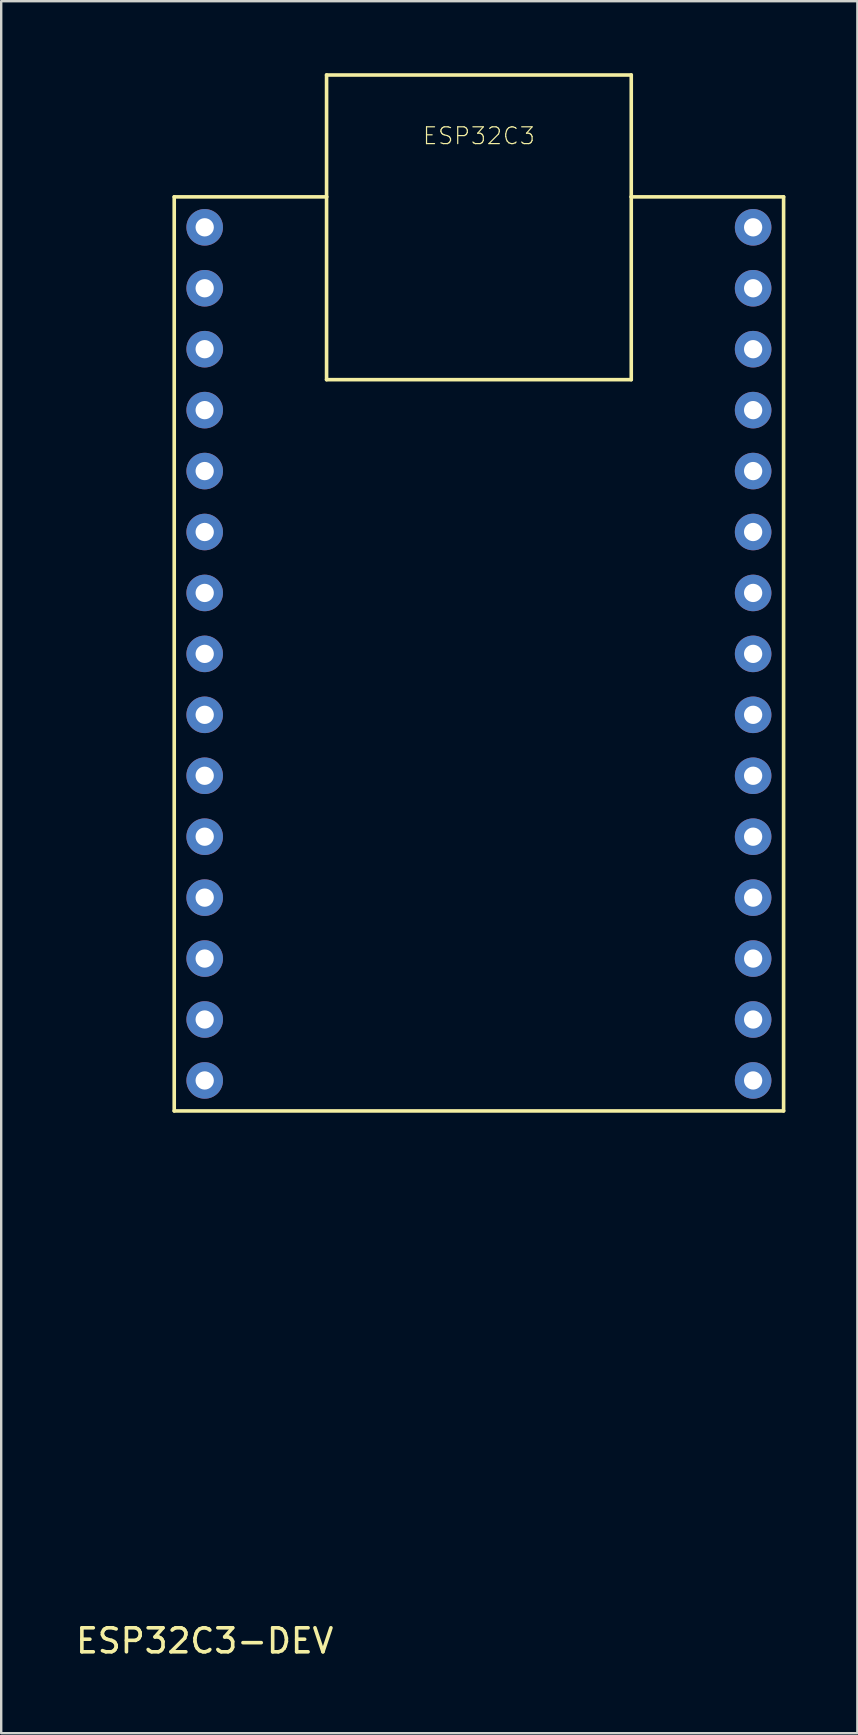
<source format=kicad_pcb>
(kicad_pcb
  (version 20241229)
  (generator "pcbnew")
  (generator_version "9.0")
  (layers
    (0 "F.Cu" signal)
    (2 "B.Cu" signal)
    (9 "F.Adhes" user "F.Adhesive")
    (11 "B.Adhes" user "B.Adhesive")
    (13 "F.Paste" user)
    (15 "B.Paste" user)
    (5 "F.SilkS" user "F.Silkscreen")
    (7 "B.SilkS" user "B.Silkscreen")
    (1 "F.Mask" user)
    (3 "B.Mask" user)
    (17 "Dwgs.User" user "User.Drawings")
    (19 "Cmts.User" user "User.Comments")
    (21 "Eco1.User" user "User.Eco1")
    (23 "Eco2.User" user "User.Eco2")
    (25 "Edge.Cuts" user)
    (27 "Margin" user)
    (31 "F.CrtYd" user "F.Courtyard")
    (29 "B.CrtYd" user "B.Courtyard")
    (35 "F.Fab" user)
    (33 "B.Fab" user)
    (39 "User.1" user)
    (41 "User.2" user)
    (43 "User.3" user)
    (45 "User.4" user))
  (footprint "ESP32C3-DEV"
    (layer "F.Cu")
    (at 5.482 64.845)
    (property "Reference" "ESP32C3-DEV" (at 0 0.5 0) (layer "F.SilkS") (effects (font (size 1 1) (thickness 0.15))))
    (attr through_hole)
    (fp_line (start -1.27 -59.69) (end -1.27 -21.59) (stroke (width 0.15) (type solid)) (layer "F.SilkS"))
    (fp_line (start -1.27 -59.69) (end 5.08 -59.69) (stroke (width 0.15) (type solid)) (layer "F.SilkS"))
    (fp_line (start -1.27 -21.59) (end 24.13 -21.59) (stroke (width 0.15) (type solid)) (layer "F.SilkS"))
    (fp_line (start 5.08 -64.77) (end 17.78 -64.77) (stroke (width 0.15) (type solid)) (layer "F.SilkS"))
    (fp_line (start 5.08 -59.69) (end 5.08 -64.77) (stroke (width 0.15) (type solid)) (layer "F.SilkS"))
    (fp_line (start 5.08 -59.69) (end 5.08 -52.07) (stroke (width 0.15) (type solid)) (layer "F.SilkS"))
    (fp_line (start 5.08 -52.07) (end 17.78 -52.07) (stroke (width 0.15) (type solid)) (layer "F.SilkS"))
    (fp_line (start 17.78 -59.69) (end 17.78 -64.77) (stroke (width 0.15) (type solid)) (layer "F.SilkS"))
    (fp_line (start 17.78 -52.07) (end 17.78 -59.69) (stroke (width 0.15) (type solid)) (layer "F.SilkS"))
    (fp_line (start 24.13 -59.69) (end 17.78 -59.69) (stroke (width 0.15) (type solid)) (layer "F.SilkS"))
    (fp_line (start 24.13 -21.59) (end 24.13 -59.69) (stroke (width 0.15) (type solid)) (layer "F.SilkS"))
    (fp_text user "ESP32C3" (at 11.43 -62.23 0) (layer "F.SilkS") (effects (font (size 0.7 0.7) (thickness 0.05))))
    (pad "1" thru_hole circle (at 0 -58.42) (size 1.524 1.524) (drill 0.762) (layers "*.Cu" "*.Mask"))
    (pad "2" thru_hole circle (at 0 -55.88) (size 1.524 1.524) (drill 0.762) (layers "*.Cu" "*.Mask"))
    (pad "3" thru_hole circle (at 0 -53.34) (size 1.524 1.524) (drill 0.762) (layers "*.Cu" "*.Mask"))
    (pad "4" thru_hole circle (at 0 -50.8) (size 1.524 1.524) (drill 0.762) (layers "*.Cu" "*.Mask"))
    (pad "5" thru_hole circle (at 0 -48.26) (size 1.524 1.524) (drill 0.762) (layers "*.Cu" "*.Mask"))
    (pad "6" thru_hole circle (at 0 -45.72) (size 1.524 1.524) (drill 0.762) (layers "*.Cu" "*.Mask"))
    (pad "7" thru_hole circle (at 0 -43.18) (size 1.524 1.524) (drill 0.762) (layers "*.Cu" "*.Mask"))
    (pad "8" thru_hole circle (at 0 -40.64) (size 1.524 1.524) (drill 0.762) (layers "*.Cu" "*.Mask"))
    (pad "9" thru_hole circle (at 0 -38.1) (size 1.524 1.524) (drill 0.762) (layers "*.Cu" "*.Mask"))
    (pad "10" thru_hole circle (at 0 -35.56) (size 1.524 1.524) (drill 0.762) (layers "*.Cu" "*.Mask"))
    (pad "11" thru_hole circle (at 0 -33.02) (size 1.524 1.524) (drill 0.762) (layers "*.Cu" "*.Mask"))
    (pad "12" thru_hole circle (at 0 -30.48) (size 1.524 1.524) (drill 0.762) (layers "*.Cu" "*.Mask"))
    (pad "13" thru_hole circle (at 0 -27.94) (size 1.524 1.524) (drill 0.762) (layers "*.Cu" "*.Mask"))
    (pad "14" thru_hole circle (at 0 -25.4) (size 1.524 1.524) (drill 0.762) (layers "*.Cu" "*.Mask"))
    (pad "15" thru_hole circle (at 0 -22.86) (size 1.524 1.524) (drill 0.762) (layers "*.Cu" "*.Mask"))
    (pad "16" thru_hole circle (at 22.86 -58.42) (size 1.524 1.524) (drill 0.762) (layers "*.Cu" "*.Mask"))
    (pad "17" thru_hole circle (at 22.86 -55.88) (size 1.524 1.524) (drill 0.762) (layers "*.Cu" "*.Mask"))
    (pad "18" thru_hole circle (at 22.86 -53.34) (size 1.524 1.524) (drill 0.762) (layers "*.Cu" "*.Mask"))
    (pad "19" thru_hole circle (at 22.86 -50.8) (size 1.524 1.524) (drill 0.762) (layers "*.Cu" "*.Mask"))
    (pad "20" thru_hole circle (at 22.86 -48.26) (size 1.524 1.524) (drill 0.762) (layers "*.Cu" "*.Mask"))
    (pad "21" thru_hole circle (at 22.86 -45.72) (size 1.524 1.524) (drill 0.762) (layers "*.Cu" "*.Mask"))
    (pad "22" thru_hole circle (at 22.86 -43.18) (size 1.524 1.524) (drill 0.762) (layers "*.Cu" "*.Mask"))
    (pad "23" thru_hole circle (at 22.86 -40.64) (size 1.524 1.524) (drill 0.762) (layers "*.Cu" "*.Mask"))
    (pad "24" thru_hole circle (at 22.86 -38.1) (size 1.524 1.524) (drill 0.762) (layers "*.Cu" "*.Mask"))
    (pad "25" thru_hole circle (at 22.86 -35.56) (size 1.524 1.524) (drill 0.762) (layers "*.Cu" "*.Mask"))
    (pad "26" thru_hole circle (at 22.86 -33.02) (size 1.524 1.524) (drill 0.762) (layers "*.Cu" "*.Mask"))
    (pad "27" thru_hole circle (at 22.86 -30.48) (size 1.524 1.524) (drill 0.762) (layers "*.Cu" "*.Mask"))
    (pad "28" thru_hole circle (at 22.86 -27.94) (size 1.524 1.524) (drill 0.762) (layers "*.Cu" "*.Mask"))
    (pad "29" thru_hole circle (at 22.86 -25.4) (size 1.524 1.524) (drill 0.762) (layers "*.Cu" "*.Mask"))
    (pad "30" thru_hole circle (at 22.86 -22.86) (size 1.524 1.524) (drill 0.762) (layers "*.Cu" "*.Mask")))
  (gr_rect
    (start -3 -3)
    (end 32.687 69.193)
    (stroke (width 0.1) (type default))
    (fill no)
    (layer "Edge.Cuts")))
</source>
